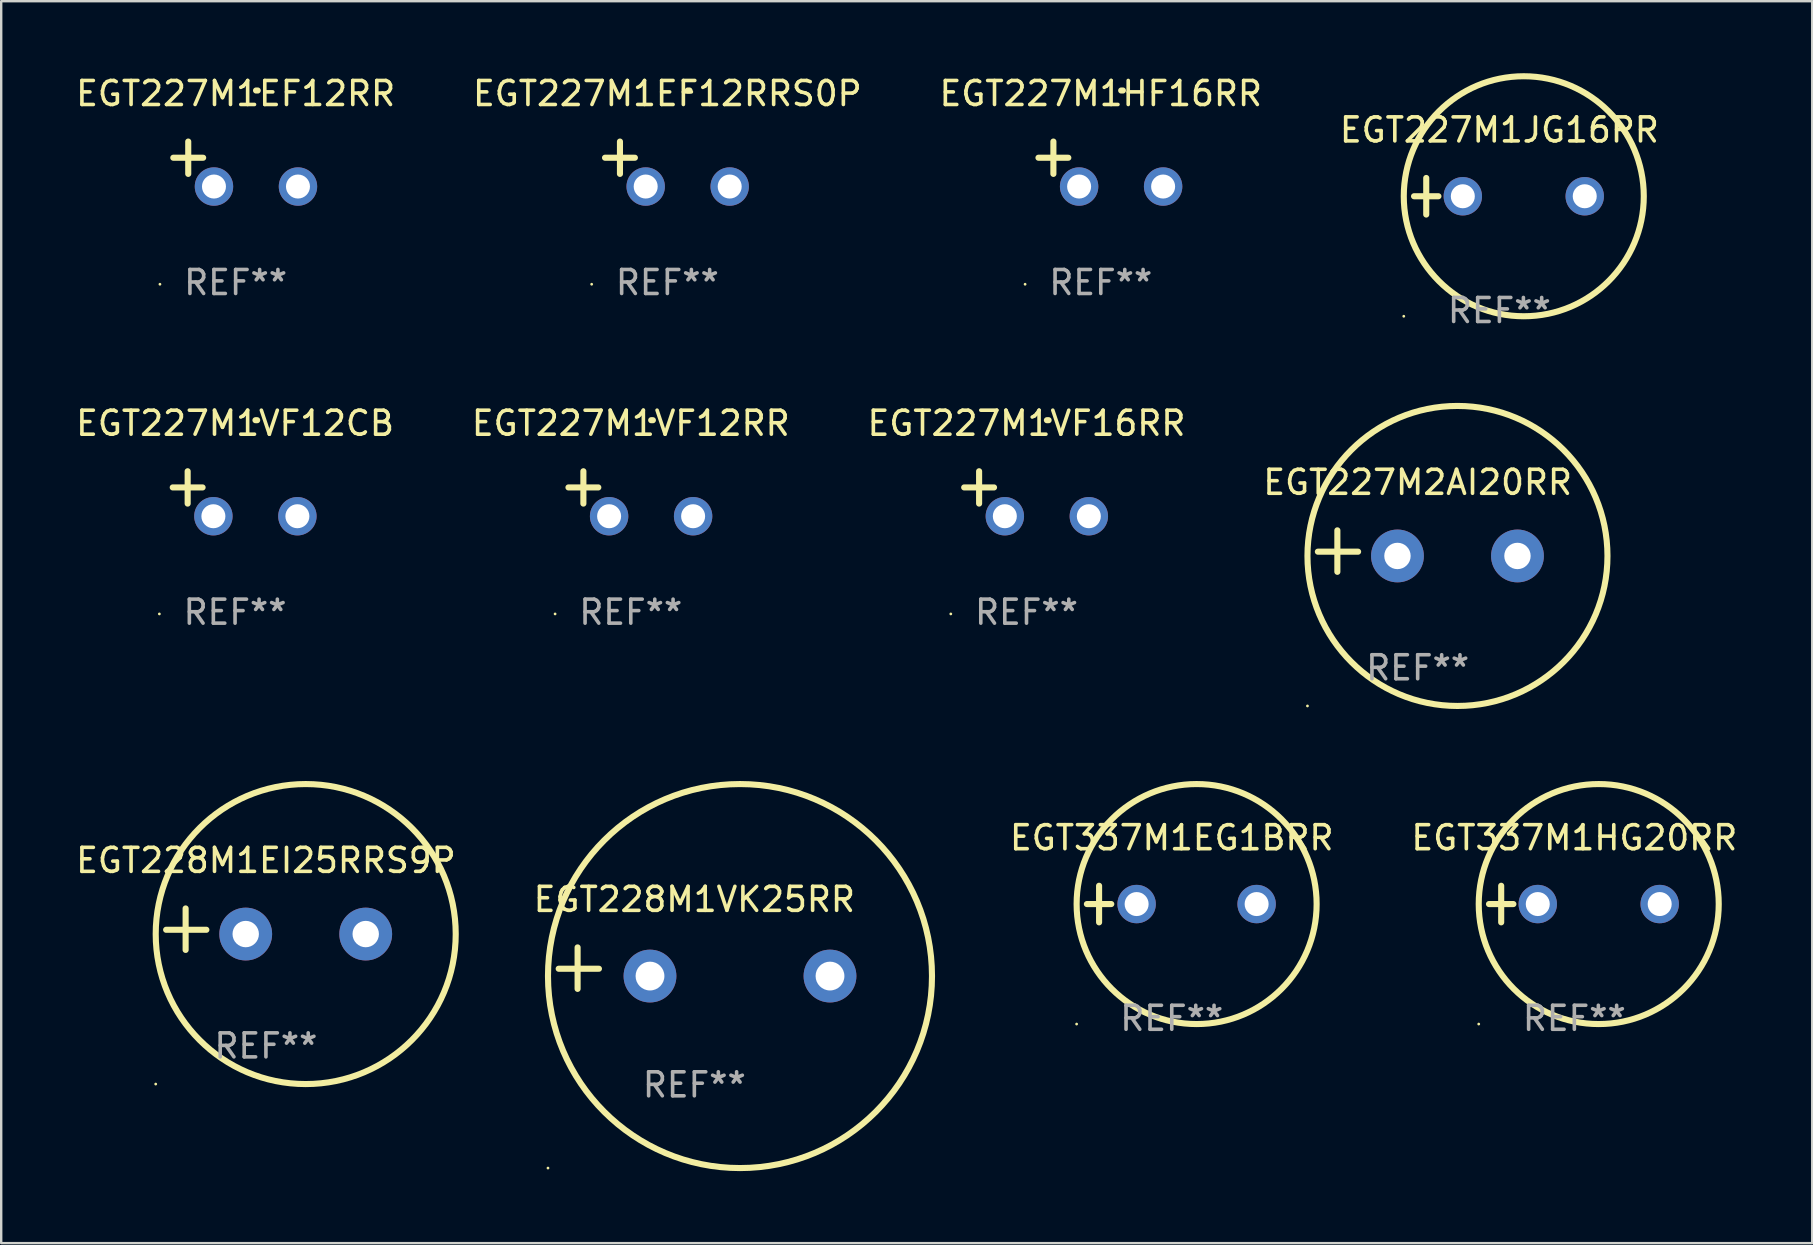
<source format=kicad_pcb>
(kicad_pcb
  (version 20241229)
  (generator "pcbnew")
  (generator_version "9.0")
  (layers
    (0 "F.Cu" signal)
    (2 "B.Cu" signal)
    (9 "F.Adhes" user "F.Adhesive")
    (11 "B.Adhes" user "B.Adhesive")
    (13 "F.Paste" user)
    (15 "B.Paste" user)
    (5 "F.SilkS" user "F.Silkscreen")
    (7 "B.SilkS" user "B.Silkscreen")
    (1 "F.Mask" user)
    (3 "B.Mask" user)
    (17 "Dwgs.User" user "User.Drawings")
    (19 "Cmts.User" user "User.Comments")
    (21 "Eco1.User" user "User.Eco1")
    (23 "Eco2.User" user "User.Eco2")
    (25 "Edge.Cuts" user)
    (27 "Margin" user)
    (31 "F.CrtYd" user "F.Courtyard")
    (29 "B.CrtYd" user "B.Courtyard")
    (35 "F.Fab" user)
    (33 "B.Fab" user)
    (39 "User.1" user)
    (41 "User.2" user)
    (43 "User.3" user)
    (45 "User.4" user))
  (footprint "EGT337M1EG1BRR"
    (layer "F.Cu")
    (at 45.772 34.618)
    (property "Reference" "EGT337M1EG1BRR" (at 0 -2.762 0) (layer "F.SilkS") (effects (font (size 1 1) (thickness 0.15))))
    (attr through_hole)
    (fp_line (start -3.536 0) (end -2.52 0) (stroke (width 0.254) (type solid)) (layer "F.SilkS"))
    (fp_line (start -3.028 -0.762) (end -3.028 0.762) (stroke (width 0.254) (type solid)) (layer "F.SilkS"))
    (fp_circle (center -3.964 5) (end -3.934 5) (stroke (width 0.06) (type solid)) (fill no) (layer "F.SilkS"))
    (fp_circle (center 1.036 0) (end 6.036 0) (stroke (width 0.254) (type solid)) (fill no) (layer "F.SilkS"))
    (fp_text user "REF**" (at 0 4.762 0) (layer "F.Fab") (effects (font (size 1 1) (thickness 0.15))))
    (pad "1" thru_hole circle (at -1.464 0) (size 1.6 1.6) (drill 1) (layers "*.Cu" "*.Mask"))
    (pad "2" thru_hole circle (at 3.536 0) (size 1.6 1.6) (drill 1) (layers "*.Cu" "*.Mask")))
  (footprint "EGT227M1VF12RR"
    (layer "F.Cu")
    (at 23.232 17.522)
    (property "Reference" "EGT227M1VF12RR" (at 0 -2.937 0) (layer "F.SilkS") (effects (font (size 1 1) (thickness 0.15))))
    (attr through_hole)
    (fp_line (start -1.975 0.41) (end -1.975 -0.937) (stroke (width 0.254) (type solid)) (layer "F.SilkS"))
    (fp_line (start -1.353 -0.263) (end -2.597 -0.263) (stroke (width 0.254) (type solid)) (layer "F.SilkS"))
    (fp_arc (start 0.849809 -3.063957) (mid 0.885369 -3.064114) (end 0.920929 -3.063957) (stroke (width 0.254001) (type solid)) (layer "F.SilkS"))
    (fp_circle (center -3.154 5.008) (end -3.124 5.008) (stroke (width 0.06) (type solid)) (fill no) (layer "F.SilkS"))
    (fp_text user "REF**" (at 0 4.937 0) (layer "F.Fab") (effects (font (size 1 1) (thickness 0.15))))
    (pad "1" thru_hole circle (at -0.903 0.937) (size 1.6 1.6) (drill 1) (layers "*.Cu" "*.Mask"))
    (pad "2" thru_hole circle (at 2.597 0.937) (size 1.6 1.6) (drill 1) (layers "*.Cu" "*.Mask")))
  (footprint "EGT227M1EF12RRS0P"
    (layer "F.Cu")
    (at 24.756 3.785)
    (property "Reference" "EGT227M1EF12RRS0P" (at 0 -2.937 0) (layer "F.SilkS") (effects (font (size 1 1) (thickness 0.15))))
    (attr through_hole)
    (fp_line (start -1.975 0.41) (end -1.975 -0.937) (stroke (width 0.254) (type solid)) (layer "F.SilkS"))
    (fp_line (start -1.353 -0.263) (end -2.597 -0.263) (stroke (width 0.254) (type solid)) (layer "F.SilkS"))
    (fp_arc (start 0.849809 -3.063957) (mid 0.885369 -3.064114) (end 0.920929 -3.063957) (stroke (width 0.254001) (type solid)) (layer "F.SilkS"))
    (fp_circle (center -3.154 5.008) (end -3.124 5.008) (stroke (width 0.06) (type solid)) (fill no) (layer "F.SilkS"))
    (fp_text user "REF**" (at 0 4.937 0) (layer "F.Fab") (effects (font (size 1 1) (thickness 0.15))))
    (pad "1" thru_hole circle (at -0.903 0.937) (size 1.6 1.6) (drill 1) (layers "*.Cu" "*.Mask"))
    (pad "2" thru_hole circle (at 2.597 0.937) (size 1.6 1.6) (drill 1) (layers "*.Cu" "*.Mask")))
  (footprint "EGT227M1VF12CB"
    (layer "F.Cu")
    (at 6.744 17.522)
    (property "Reference" "EGT227M1VF12CB" (at 0 -2.937 0) (layer "F.SilkS") (effects (font (size 1 1) (thickness 0.15))))
    (attr through_hole)
    (fp_line (start -1.975 0.41) (end -1.975 -0.937) (stroke (width 0.254) (type solid)) (layer "F.SilkS"))
    (fp_line (start -1.353 -0.263) (end -2.597 -0.263) (stroke (width 0.254) (type solid)) (layer "F.SilkS"))
    (fp_arc (start 0.849809 -3.063957) (mid 0.885369 -3.064114) (end 0.920929 -3.063957) (stroke (width 0.254001) (type solid)) (layer "F.SilkS"))
    (fp_circle (center -3.154 5.008) (end -3.124 5.008) (stroke (width 0.06) (type solid)) (fill no) (layer "F.SilkS"))
    (fp_text user "REF**" (at 0 4.937 0) (layer "F.Fab") (effects (font (size 1 1) (thickness 0.15))))
    (pad "1" thru_hole circle (at -0.903 0.937) (size 1.6 1.6) (drill 1) (layers "*.Cu" "*.Mask"))
    (pad "2" thru_hole circle (at 2.597 0.937) (size 1.6 1.6) (drill 1) (layers "*.Cu" "*.Mask")))
  (footprint "EGT228M1VK25RR"
    (layer "F.Cu")
    (at 25.88 37.288)
    (property "Reference" "EGT228M1VK25RR" (at 0 -2.864 0) (layer "F.SilkS") (effects (font (size 1 1) (thickness 0.15))))
    (attr through_hole)
    (fp_line (start -4.864 0.864) (end -4.864 -0.864) (stroke (width 0.254) (type solid)) (layer "F.SilkS"))
    (fp_line (start -3.975 0.025) (end -5.652 0.025) (stroke (width 0.254) (type solid)) (layer "F.SilkS"))
    (fp_circle (center -6.098 8.33) (end -6.068 8.33) (stroke (width 0.06) (type solid)) (fill no) (layer "F.SilkS"))
    (fp_circle (center 1.902 0.33) (end 9.902 0.33) (stroke (width 0.254) (type solid)) (fill no) (layer "F.SilkS"))
    (fp_text user "REF**" (at 0 4.864 0) (layer "F.Fab") (effects (font (size 1 1) (thickness 0.15))))
    (pad "1" thru_hole circle (at -1.848 0.33) (size 2.2 2.2) (drill 1.2) (layers "*.Cu" "*.Mask"))
    (pad "2" thru_hole circle (at 5.652 0.33) (size 2.2 2.2) (drill 1.2) (layers "*.Cu" "*.Mask")))
  (footprint "EGT337M1HG20RR"
    (layer "F.Cu")
    (at 62.546 34.618)
    (property "Reference" "EGT337M1HG20RR" (at 0 -2.762 0) (layer "F.SilkS") (effects (font (size 1 1) (thickness 0.15))))
    (attr through_hole)
    (fp_line (start -3.556 0) (end -2.54 0) (stroke (width 0.254) (type solid)) (layer "F.SilkS"))
    (fp_line (start -3.048 -0.762) (end -3.048 0.762) (stroke (width 0.254) (type solid)) (layer "F.SilkS"))
    (fp_circle (center -3.984 5) (end -3.954 5) (stroke (width 0.06) (type solid)) (fill no) (layer "F.SilkS"))
    (fp_circle (center 1.016 0) (end 6.016 0) (stroke (width 0.254) (type solid)) (fill no) (layer "F.SilkS"))
    (fp_text user "REF**" (at 0 4.762 0) (layer "F.Fab") (effects (font (size 1 1) (thickness 0.15))))
    (pad "1" thru_hole circle (at -1.524 0) (size 1.6 1.6) (drill 1) (layers "*.Cu" "*.Mask"))
    (pad "2" thru_hole circle (at 3.556 0) (size 1.6 1.6) (drill 1) (layers "*.Cu" "*.Mask")))
  (footprint "EGT227M2AI20RR"
    (layer "F.Cu")
    (at 56.018 19.911)
    (property "Reference" "EGT227M2AI20RR" (at 0 -2.864 0) (layer "F.SilkS") (effects (font (size 1 1) (thickness 0.15))))
    (attr through_hole)
    (fp_line (start -3.346 0.864) (end -3.346 -0.864) (stroke (width 0.254) (type solid)) (layer "F.SilkS"))
    (fp_line (start -2.482 0.025) (end -4.158 0.025) (stroke (width 0.254) (type solid)) (layer "F.SilkS"))
    (fp_circle (center -4.592 6.453) (end -4.562 6.453) (stroke (width 0.06) (type solid)) (fill no) (layer "F.SilkS"))
    (fp_circle (center 1.658 0.203) (end 7.908 0.203) (stroke (width 0.254) (type solid)) (fill no) (layer "F.SilkS"))
    (fp_text user "REF**" (at 0 4.864 0) (layer "F.Fab") (effects (font (size 1 1) (thickness 0.15))))
    (pad "1" thru_hole circle (at -0.842 0.203) (size 2.2 2.2) (drill 1.1) (layers "*.Cu" "*.Mask"))
    (pad "2" thru_hole circle (at 4.158 0.203) (size 2.2 2.2) (drill 1.1) (layers "*.Cu" "*.Mask")))
  (footprint "EGT227M1JG16RR"
    (layer "F.Cu")
    (at 59.423 5.127)
    (property "Reference" "EGT227M1JG16RR" (at 0 -2.762 0) (layer "F.SilkS") (effects (font (size 1 1) (thickness 0.15))))
    (attr through_hole)
    (fp_line (start -3.556 0) (end -2.54 0) (stroke (width 0.254) (type solid)) (layer "F.SilkS"))
    (fp_line (start -3.048 -0.762) (end -3.048 0.762) (stroke (width 0.254) (type solid)) (layer "F.SilkS"))
    (fp_circle (center -3.984 5) (end -3.954 5) (stroke (width 0.06) (type solid)) (fill no) (layer "F.SilkS"))
    (fp_circle (center 1.016 0) (end 6.016 0) (stroke (width 0.254) (type solid)) (fill no) (layer "F.SilkS"))
    (fp_text user "REF**" (at 0 4.762 0) (layer "F.Fab") (effects (font (size 1 1) (thickness 0.15))))
    (pad "1" thru_hole circle (at -1.524 0) (size 1.6 1.6) (drill 1) (layers "*.Cu" "*.Mask"))
    (pad "2" thru_hole circle (at 3.556 0) (size 1.6 1.6) (drill 1) (layers "*.Cu" "*.Mask")))
  (footprint "EGT227M1HF16RR"
    (layer "F.Cu")
    (at 42.815 3.785)
    (property "Reference" "EGT227M1HF16RR" (at 0 -2.937 0) (layer "F.SilkS") (effects (font (size 1 1) (thickness 0.15))))
    (attr through_hole)
    (fp_line (start -1.975 0.41) (end -1.975 -0.937) (stroke (width 0.254) (type solid)) (layer "F.SilkS"))
    (fp_line (start -1.353 -0.263) (end -2.597 -0.263) (stroke (width 0.254) (type solid)) (layer "F.SilkS"))
    (fp_arc (start 0.849809 -3.063957) (mid 0.885369 -3.064114) (end 0.920929 -3.063957) (stroke (width 0.254001) (type solid)) (layer "F.SilkS"))
    (fp_circle (center -3.154 5.008) (end -3.124 5.008) (stroke (width 0.06) (type solid)) (fill no) (layer "F.SilkS"))
    (fp_text user "REF**" (at 0 4.937 0) (layer "F.Fab") (effects (font (size 1 1) (thickness 0.15))))
    (pad "1" thru_hole circle (at -0.903 0.937) (size 1.6 1.6) (drill 1) (layers "*.Cu" "*.Mask"))
    (pad "2" thru_hole circle (at 2.597 0.937) (size 1.6 1.6) (drill 1) (layers "*.Cu" "*.Mask")))
  (footprint "EGT228M1EI25RRS9P"
    (layer "F.Cu")
    (at 8.03 35.665)
    (property "Reference" "EGT228M1EI25RRS9P" (at 0 -2.864 0) (layer "F.SilkS") (effects (font (size 1 1) (thickness 0.15))))
    (attr through_hole)
    (fp_line (start -3.346 0.864) (end -3.346 -0.864) (stroke (width 0.254) (type solid)) (layer "F.SilkS"))
    (fp_line (start -2.482 0.025) (end -4.158 0.025) (stroke (width 0.254) (type solid)) (layer "F.SilkS"))
    (fp_circle (center -4.592 6.453) (end -4.562 6.453) (stroke (width 0.06) (type solid)) (fill no) (layer "F.SilkS"))
    (fp_circle (center 1.658 0.203) (end 7.908 0.203) (stroke (width 0.254) (type solid)) (fill no) (layer "F.SilkS"))
    (fp_text user "REF**" (at 0 4.864 0) (layer "F.Fab") (effects (font (size 1 1) (thickness 0.15))))
    (pad "1" thru_hole circle (at -0.842 0.203) (size 2.2 2.2) (drill 1.1) (layers "*.Cu" "*.Mask"))
    (pad "2" thru_hole circle (at 4.158 0.203) (size 2.2 2.2) (drill 1.1) (layers "*.Cu" "*.Mask")))
  (footprint "EGT227M1EF12RR"
    (layer "F.Cu")
    (at 6.768 3.785)
    (property "Reference" "EGT227M1EF12RR" (at 0 -2.937 0) (layer "F.SilkS") (effects (font (size 1 1) (thickness 0.15))))
    (attr through_hole)
    (fp_line (start -1.975 0.41) (end -1.975 -0.937) (stroke (width 0.254) (type solid)) (layer "F.SilkS"))
    (fp_line (start -1.353 -0.263) (end -2.597 -0.263) (stroke (width 0.254) (type solid)) (layer "F.SilkS"))
    (fp_arc (start 0.849809 -3.063957) (mid 0.885369 -3.064114) (end 0.920929 -3.063957) (stroke (width 0.254001) (type solid)) (layer "F.SilkS"))
    (fp_circle (center -3.154 5.008) (end -3.124 5.008) (stroke (width 0.06) (type solid)) (fill no) (layer "F.SilkS"))
    (fp_text user "REF**" (at 0 4.937 0) (layer "F.Fab") (effects (font (size 1 1) (thickness 0.15))))
    (pad "1" thru_hole circle (at -0.903 0.937) (size 1.6 1.6) (drill 1) (layers "*.Cu" "*.Mask"))
    (pad "2" thru_hole circle (at 2.597 0.937) (size 1.6 1.6) (drill 1) (layers "*.Cu" "*.Mask")))
  (footprint "EGT227M1VF16RR"
    (layer "F.Cu")
    (at 39.72 17.522)
    (property "Reference" "EGT227M1VF16RR" (at 0 -2.937 0) (layer "F.SilkS") (effects (font (size 1 1) (thickness 0.15))))
    (attr through_hole)
    (fp_line (start -1.975 0.41) (end -1.975 -0.937) (stroke (width 0.254) (type solid)) (layer "F.SilkS"))
    (fp_line (start -1.353 -0.263) (end -2.597 -0.263) (stroke (width 0.254) (type solid)) (layer "F.SilkS"))
    (fp_arc (start 0.849809 -3.063957) (mid 0.885369 -3.064114) (end 0.920929 -3.063957) (stroke (width 0.254001) (type solid)) (layer "F.SilkS"))
    (fp_circle (center -3.154 5.008) (end -3.124 5.008) (stroke (width 0.06) (type solid)) (fill no) (layer "F.SilkS"))
    (fp_text user "REF**" (at 0 4.937 0) (layer "F.Fab") (effects (font (size 1 1) (thickness 0.15))))
    (pad "1" thru_hole circle (at -0.903 0.937) (size 1.6 1.6) (drill 1) (layers "*.Cu" "*.Mask"))
    (pad "2" thru_hole circle (at 2.597 0.937) (size 1.6 1.6) (drill 1) (layers "*.Cu" "*.Mask")))
  (gr_rect
    (start -3 -3)
    (end 72.457 48.745)
    (stroke (width 0.1) (type default))
    (fill no)
    (layer "Edge.Cuts")))
</source>
